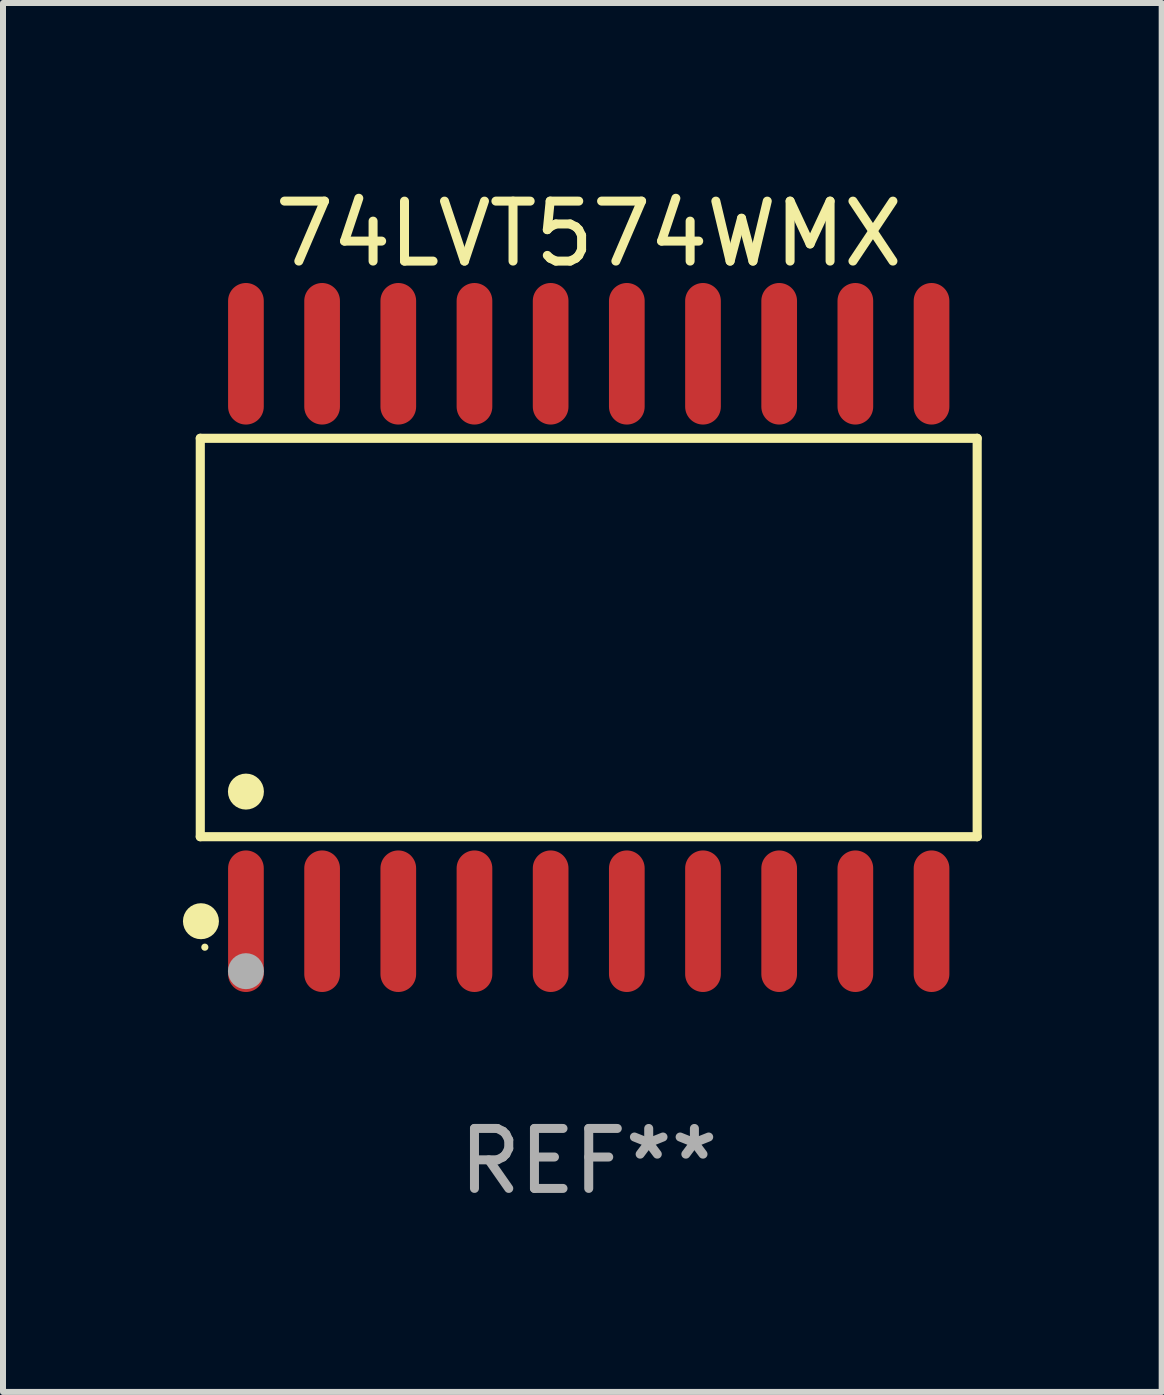
<source format=kicad_pcb>
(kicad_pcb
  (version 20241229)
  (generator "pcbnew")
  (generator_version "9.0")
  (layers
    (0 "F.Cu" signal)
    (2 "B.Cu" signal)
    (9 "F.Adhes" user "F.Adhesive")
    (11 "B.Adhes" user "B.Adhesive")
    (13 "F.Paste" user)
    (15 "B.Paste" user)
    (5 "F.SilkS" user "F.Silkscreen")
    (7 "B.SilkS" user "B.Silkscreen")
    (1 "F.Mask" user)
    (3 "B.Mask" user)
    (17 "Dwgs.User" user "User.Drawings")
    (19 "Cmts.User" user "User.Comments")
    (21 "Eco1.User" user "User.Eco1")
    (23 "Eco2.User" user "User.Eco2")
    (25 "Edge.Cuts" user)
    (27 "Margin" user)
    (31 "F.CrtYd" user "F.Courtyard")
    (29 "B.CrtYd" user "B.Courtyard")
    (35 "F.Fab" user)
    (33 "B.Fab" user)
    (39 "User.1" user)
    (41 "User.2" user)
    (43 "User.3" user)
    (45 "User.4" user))
  (footprint "74LVT574WMX"
    (layer "F.Cu")
    (at 6.765 7.578)
    (property "Reference" "74LVT574WMX" (at 0 -6.73 0) (layer "F.SilkS") (effects (font (size 1 1) (thickness 0.15))))
    (attr through_hole)
    (fp_line (start -6.476 -3.321) (end 6.476 -3.321) (stroke (width 0.152) (type solid)) (layer "F.SilkS"))
    (fp_line (start -6.476 3.321) (end -6.476 -3.321) (stroke (width 0.152) (type solid)) (layer "F.SilkS"))
    (fp_line (start 6.476 -3.321) (end 6.476 3.321) (stroke (width 0.152) (type solid)) (layer "F.SilkS"))
    (fp_line (start 6.476 3.321) (end -6.476 3.321) (stroke (width 0.152) (type solid)) (layer "F.SilkS"))
    (fp_circle (center -6.465 4.73) (end -6.315 4.73) (stroke (width 0.3) (type solid)) (fill no) (layer "F.SilkS"))
    (fp_circle (center -6.4 5.163) (end -6.37 5.163) (stroke (width 0.06) (type solid)) (fill no) (layer "F.SilkS"))
    (fp_circle (center -5.715 2.569) (end -5.565 2.569) (stroke (width 0.3) (type solid)) (fill no) (layer "F.SilkS"))
    (fp_circle (center -5.715 5.563) (end -5.565 5.563) (stroke (width 0.3) (type solid)) (fill no) (layer "F.Fab"))
    (fp_text user "REF**" (at 0 8.73 0) (layer "F.Fab") (effects (font (size 1 1) (thickness 0.15))))
    (pad "1" smd oval (at -5.715 4.73) (size 0.595 2.36) (layers "F.Cu" "F.Mask" "F.Paste"))
    (pad "2" smd oval (at -4.445 4.73) (size 0.595 2.36) (layers "F.Cu" "F.Mask" "F.Paste"))
    (pad "3" smd oval (at -3.175 4.73) (size 0.595 2.36) (layers "F.Cu" "F.Mask" "F.Paste"))
    (pad "4" smd oval (at -1.905 4.73) (size 0.595 2.36) (layers "F.Cu" "F.Mask" "F.Paste"))
    (pad "5" smd oval (at -0.635 4.73) (size 0.595 2.36) (layers "F.Cu" "F.Mask" "F.Paste"))
    (pad "6" smd oval (at 0.635 4.73) (size 0.595 2.36) (layers "F.Cu" "F.Mask" "F.Paste"))
    (pad "7" smd oval (at 1.905 4.73) (size 0.595 2.36) (layers "F.Cu" "F.Mask" "F.Paste"))
    (pad "8" smd oval (at 3.175 4.73) (size 0.595 2.36) (layers "F.Cu" "F.Mask" "F.Paste"))
    (pad "9" smd oval (at 4.445 4.73) (size 0.595 2.36) (layers "F.Cu" "F.Mask" "F.Paste"))
    (pad "10" smd oval (at 5.715 4.73) (size 0.595 2.36) (layers "F.Cu" "F.Mask" "F.Paste"))
    (pad "11" smd oval (at 5.715 -4.73) (size 0.595 2.36) (layers "F.Cu" "F.Mask" "F.Paste"))
    (pad "12" smd oval (at 4.445 -4.73) (size 0.595 2.36) (layers "F.Cu" "F.Mask" "F.Paste"))
    (pad "13" smd oval (at 3.175 -4.73) (size 0.595 2.36) (layers "F.Cu" "F.Mask" "F.Paste"))
    (pad "14" smd oval (at 1.905 -4.73) (size 0.595 2.36) (layers "F.Cu" "F.Mask" "F.Paste"))
    (pad "15" smd oval (at 0.635 -4.73) (size 0.595 2.36) (layers "F.Cu" "F.Mask" "F.Paste"))
    (pad "16" smd oval (at -0.635 -4.73) (size 0.595 2.36) (layers "F.Cu" "F.Mask" "F.Paste"))
    (pad "17" smd oval (at -1.905 -4.73) (size 0.595 2.36) (layers "F.Cu" "F.Mask" "F.Paste"))
    (pad "18" smd oval (at -3.175 -4.73) (size 0.595 2.36) (layers "F.Cu" "F.Mask" "F.Paste"))
    (pad "19" smd oval (at -4.445 -4.73) (size 0.595 2.36) (layers "F.Cu" "F.Mask" "F.Paste"))
    (pad "20" smd oval (at -5.715 -4.73) (size 0.595 2.36) (layers "F.Cu" "F.Mask" "F.Paste")))
  (gr_rect
    (start -3 -3)
    (end 16.317 20.156)
    (stroke (width 0.1) (type default))
    (fill no)
    (layer "Edge.Cuts")))
</source>
